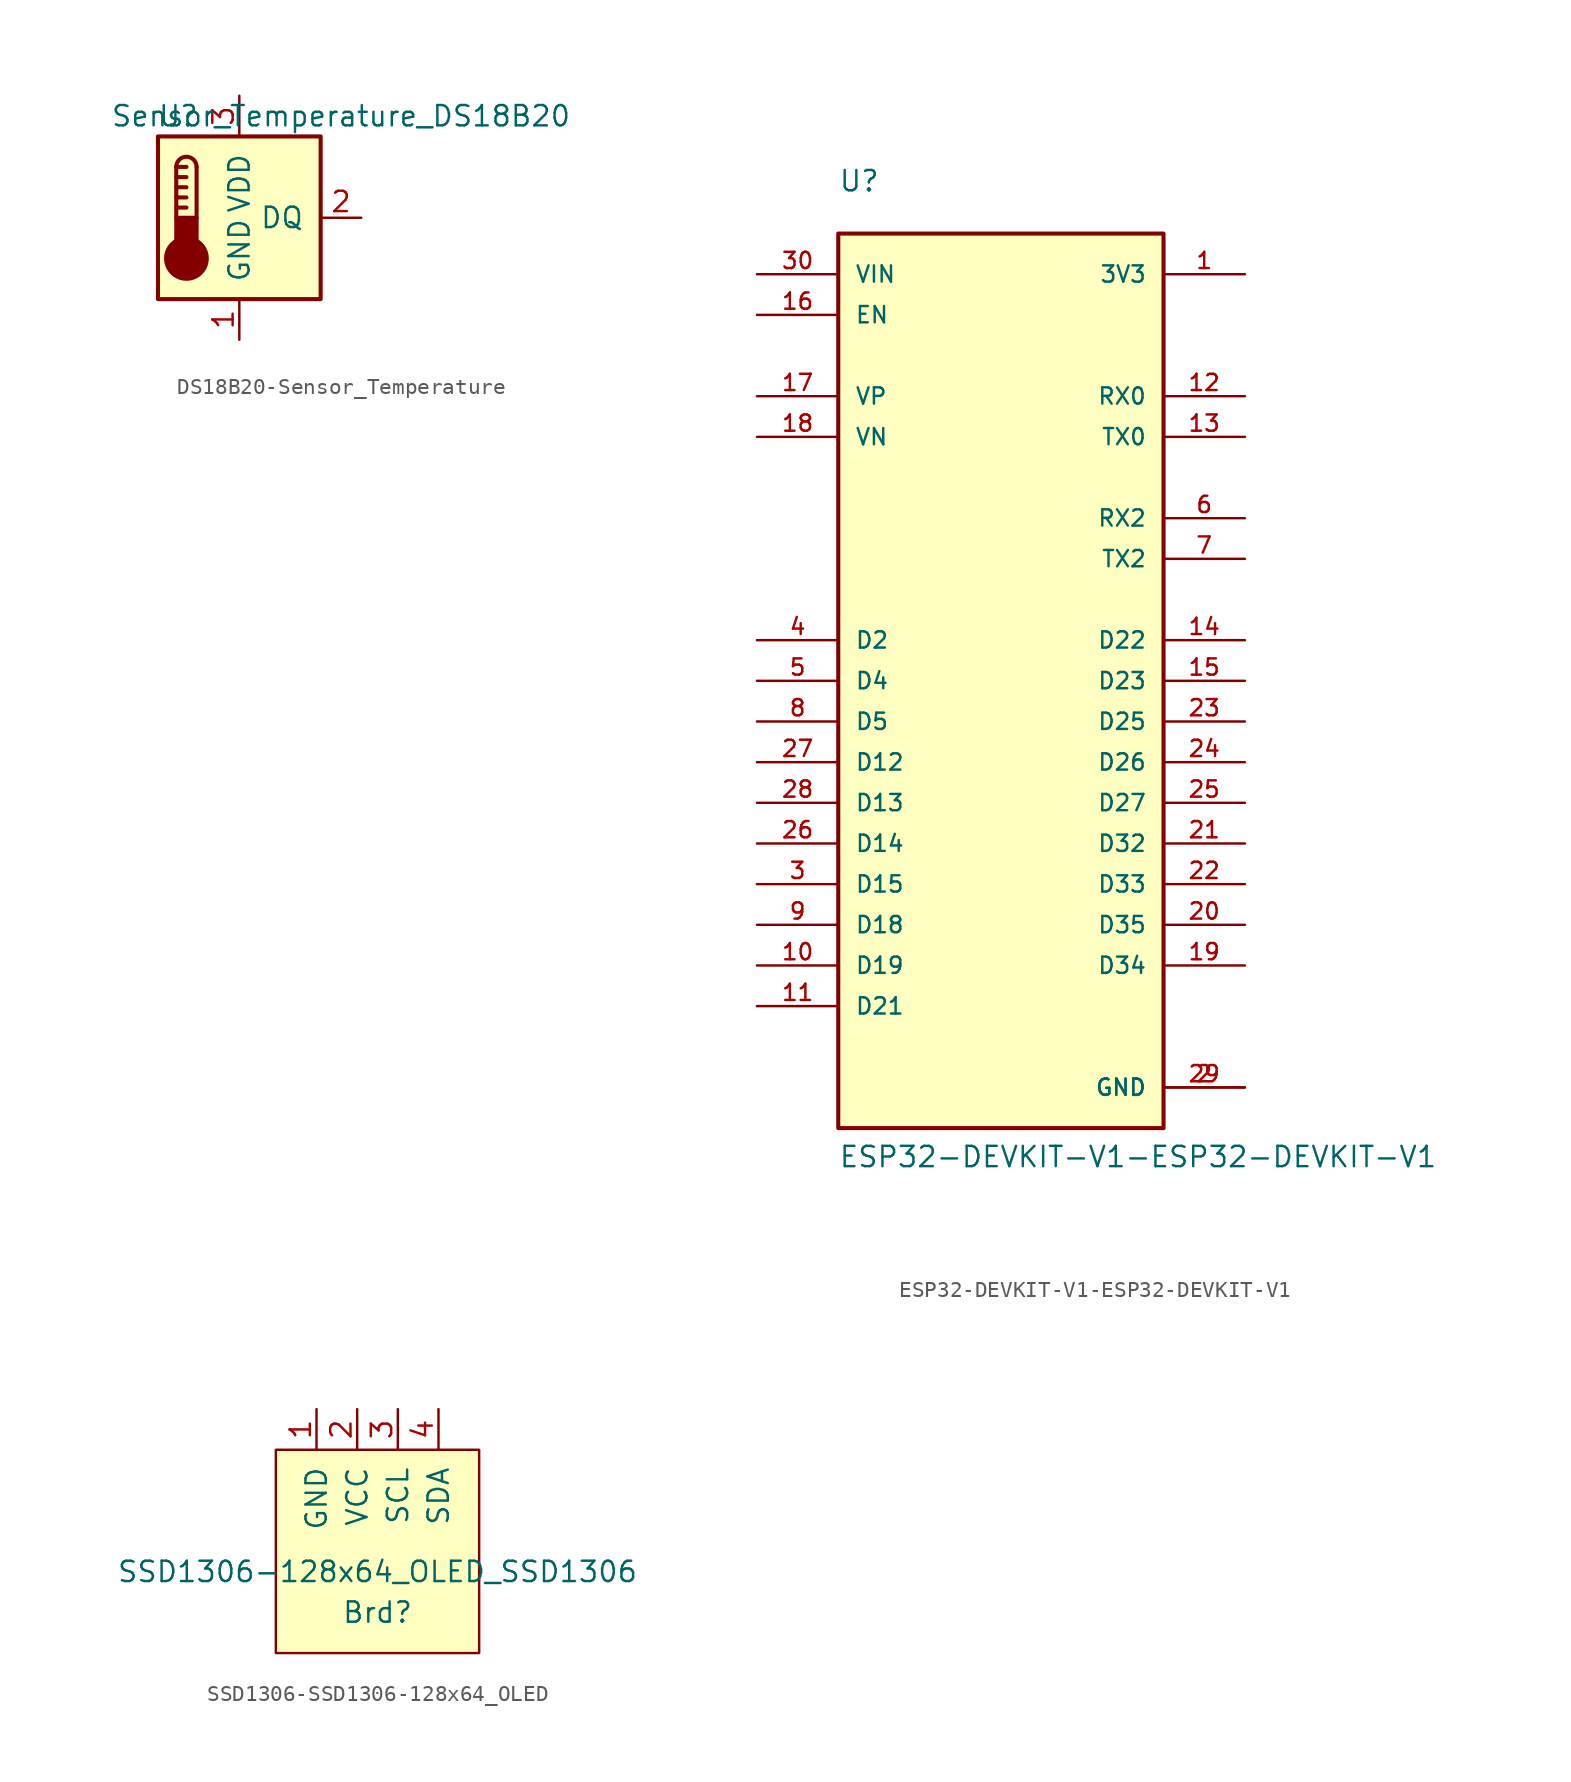
<source format=kicad_sym>
(kicad_symbol_lib
  (version 20241209)
  (generator "kicad_symbol_editor")
  (generator_version "9.0")
  (symbol "DS18B20-Sensor_Temperature"
    (pin_names
      (offset 1.016))
    (property "Reference" "U"
      (at -3.81 6.35 0)
      (effects (font (size 1.27 1.27))))
    (property "Value" "Sensor_Temperature_DS18B20"
      (at 6.35 6.35 0)
      (effects (font (size 1.27 1.27))))
    (symbol "DS18B20-Sensor_Temperature_0_1"
      (rectangle (start -5.08 5.08) (end 5.08 -5.08) (stroke (width 0.254) (type solid)) (fill (type background)))
      (polyline (pts (xy -3.937 3.175) (xy -3.937 0)) (stroke (width 0.254) (type solid)) (fill (type none)))
      (polyline (pts (xy -3.937 3.175) (xy -3.302 3.175)) (stroke (width 0.254) (type solid)) (fill (type none)))
      (polyline (pts (xy -3.937 2.54) (xy -3.302 2.54)) (stroke (width 0.254) (type solid)) (fill (type none)))
      (polyline (pts (xy -3.937 1.905) (xy -3.302 1.905)) (stroke (width 0.254) (type solid)) (fill (type none)))
      (polyline (pts (xy -3.937 1.27) (xy -3.302 1.27)) (stroke (width 0.254) (type solid)) (fill (type none)))
      (polyline (pts (xy -3.937 0.635) (xy -3.302 0.635)) (stroke (width 0.254) (type solid)) (fill (type none)))
      (arc (start -3.937 3.175) (mid -3.302 3.81) (end -2.667 3.175) (stroke (width 0.254) (type solid)) (fill (type none)))
      (circle (center -3.302 -2.54) (radius 1.27) (stroke (width 0.254) (type solid)) (fill (type outline)))
      (polyline (pts (xy -2.667 3.175) (xy -2.667 0)) (stroke (width 0.254) (type solid)) (fill (type none)))
      (rectangle (start -2.667 -1.905) (end -3.937 0) (stroke (width 0.254) (type solid)) (fill (type outline))))
    (symbol "DS18B20-Sensor_Temperature_1_1"
      (pin power_in line (at 0 7.62 270) (length 2.54) (name "VDD" (effects (font (size 1.27 1.27)))) (number "3" (effects (font (size 1.27 1.27)))))
      (pin power_in line (at 0 -7.62 90) (length 2.54) (name "GND" (effects (font (size 1.27 1.27)))) (number "1" (effects (font (size 1.27 1.27)))))
      (pin bidirectional line (at 7.62 0 180) (length 2.54) (name "DQ" (effects (font (size 1.27 1.27)))) (number "2" (effects (font (size 1.27 1.27)))))))
  (symbol "ESP32-DEVKIT-V1-ESP32-DEVKIT-V1"
    (pin_names
      (offset 1.016))
    (property "Reference" "U"
      (at -10.16 30.48 0)
      (effects (font (size 1.27 1.27)) (justify left bottom)))
    (property "Value" "ESP32-DEVKIT-V1-ESP32-DEVKIT-V1"
      (at -10.16 -30.48 0)
      (effects (font (size 1.27 1.27)) (justify left bottom)))
    (property "ki_locked" ""
      (at 0 0 0)
      (effects (font (size 1.27 1.27))))
    (symbol "ESP32-DEVKIT-V1-ESP32-DEVKIT-V1_0_0"
      (rectangle (start -10.16 -27.94) (end 10.16 27.94) (stroke (width 0.254) (type solid)) (fill (type background)))
      (pin input line (at -15.24 25.4 0) (length 5.08) (name "VIN" (effects (font (size 1.016 1.016)))) (number "30" (effects (font (size 1.016 1.016)))))
      (pin input line (at -15.24 22.86 0) (length 5.08) (name "EN" (effects (font (size 1.016 1.016)))) (number "16" (effects (font (size 1.016 1.016)))))
      (pin bidirectional line (at -15.24 17.78 0) (length 5.08) (name "VP" (effects (font (size 1.016 1.016)))) (number "17" (effects (font (size 1.016 1.016)))))
      (pin bidirectional line (at -15.24 15.24 0) (length 5.08) (name "VN" (effects (font (size 1.016 1.016)))) (number "18" (effects (font (size 1.016 1.016)))))
      (pin bidirectional line (at -15.24 2.54 0) (length 5.08) (name "D2" (effects (font (size 1.016 1.016)))) (number "4" (effects (font (size 1.016 1.016)))))
      (pin bidirectional line (at -15.24 0 0) (length 5.08) (name "D4" (effects (font (size 1.016 1.016)))) (number "5" (effects (font (size 1.016 1.016)))))
      (pin bidirectional line (at -15.24 -2.54 0) (length 5.08) (name "D5" (effects (font (size 1.016 1.016)))) (number "8" (effects (font (size 1.016 1.016)))))
      (pin bidirectional line (at -15.24 -5.08 0) (length 5.08) (name "D12" (effects (font (size 1.016 1.016)))) (number "27" (effects (font (size 1.016 1.016)))))
      (pin bidirectional line (at -15.24 -7.62 0) (length 5.08) (name "D13" (effects (font (size 1.016 1.016)))) (number "28" (effects (font (size 1.016 1.016)))))
      (pin bidirectional line (at -15.24 -10.16 0) (length 5.08) (name "D14" (effects (font (size 1.016 1.016)))) (number "26" (effects (font (size 1.016 1.016)))))
      (pin bidirectional line (at -15.24 -12.7 0) (length 5.08) (name "D15" (effects (font (size 1.016 1.016)))) (number "3" (effects (font (size 1.016 1.016)))))
      (pin bidirectional line (at -15.24 -15.24 0) (length 5.08) (name "D18" (effects (font (size 1.016 1.016)))) (number "9" (effects (font (size 1.016 1.016)))))
      (pin bidirectional line (at -15.24 -17.78 0) (length 5.08) (name "D19" (effects (font (size 1.016 1.016)))) (number "10" (effects (font (size 1.016 1.016)))))
      (pin bidirectional line (at -15.24 -20.32 0) (length 5.08) (name "D21" (effects (font (size 1.016 1.016)))) (number "11" (effects (font (size 1.016 1.016)))))
      (pin output line (at 15.24 25.4 180) (length 5.08) (name "3V3" (effects (font (size 1.016 1.016)))) (number "1" (effects (font (size 1.016 1.016)))))
      (pin input line (at 15.24 17.78 180) (length 5.08) (name "RX0" (effects (font (size 1.016 1.016)))) (number "12" (effects (font (size 1.016 1.016)))))
      (pin output line (at 15.24 15.24 180) (length 5.08) (name "TX0" (effects (font (size 1.016 1.016)))) (number "13" (effects (font (size 1.016 1.016)))))
      (pin input line (at 15.24 10.16 180) (length 5.08) (name "RX2" (effects (font (size 1.016 1.016)))) (number "6" (effects (font (size 1.016 1.016)))))
      (pin output line (at 15.24 7.62 180) (length 5.08) (name "TX2" (effects (font (size 1.016 1.016)))) (number "7" (effects (font (size 1.016 1.016)))))
      (pin bidirectional line (at 15.24 2.54 180) (length 5.08) (name "D22" (effects (font (size 1.016 1.016)))) (number "14" (effects (font (size 1.016 1.016)))))
      (pin bidirectional line (at 15.24 0 180) (length 5.08) (name "D23" (effects (font (size 1.016 1.016)))) (number "15" (effects (font (size 1.016 1.016)))))
      (pin bidirectional line (at 15.24 -2.54 180) (length 5.08) (name "D25" (effects (font (size 1.016 1.016)))) (number "23" (effects (font (size 1.016 1.016)))))
      (pin bidirectional line (at 15.24 -5.08 180) (length 5.08) (name "D26" (effects (font (size 1.016 1.016)))) (number "24" (effects (font (size 1.016 1.016)))))
      (pin bidirectional line (at 15.24 -7.62 180) (length 5.08) (name "D27" (effects (font (size 1.016 1.016)))) (number "25" (effects (font (size 1.016 1.016)))))
      (pin bidirectional line (at 15.24 -10.16 180) (length 5.08) (name "D32" (effects (font (size 1.016 1.016)))) (number "21" (effects (font (size 1.016 1.016)))))
      (pin bidirectional line (at 15.24 -12.7 180) (length 5.08) (name "D33" (effects (font (size 1.016 1.016)))) (number "22" (effects (font (size 1.016 1.016)))))
      (pin bidirectional line (at 15.24 -15.24 180) (length 5.08) (name "D35" (effects (font (size 1.016 1.016)))) (number "20" (effects (font (size 1.016 1.016)))))
      (pin bidirectional line (at 15.24 -17.78 180) (length 5.08) (name "D34" (effects (font (size 1.016 1.016)))) (number "19" (effects (font (size 1.016 1.016)))))
      (pin power_in line (at 15.24 -25.4 180) (length 5.08) (name "GND" (effects (font (size 1.016 1.016)))) (number "2" (effects (font (size 1.016 1.016)))))
      (pin power_in line (at 15.24 -25.4 180) (length 5.08) (name "GND" (effects (font (size 1.016 1.016)))) (number "29" (effects (font (size 1.016 1.016)))))))
  (symbol "SSD1306-SSD1306-128x64_OLED"
    (pin_names
      (offset 1.016))
    (property "Reference" "Brd"
      (at 0 -3.81 0)
      (effects (font (size 1.27 1.27))))
    (property "Value" "SSD1306-128x64_OLED_SSD1306"
      (at 0 -1.27 0)
      (effects (font (size 1.27 1.27))))
    (symbol "SSD1306-SSD1306-128x64_OLED_0_1"
      (rectangle (start -6.35 6.35) (end 6.35 -6.35) (stroke (width 0) (type solid)) (fill (type background))))
    (symbol "SSD1306-SSD1306-128x64_OLED_1_1"
      (pin input line (at -3.81 8.89 270) (length 2.54) (name "GND" (effects (font (size 1.27 1.27)))) (number "1" (effects (font (size 1.27 1.27)))))
      (pin input line (at -1.27 8.89 270) (length 2.54) (name "VCC" (effects (font (size 1.27 1.27)))) (number "2" (effects (font (size 1.27 1.27)))))
      (pin input line (at 1.27 8.89 270) (length 2.54) (name "SCL" (effects (font (size 1.27 1.27)))) (number "3" (effects (font (size 1.27 1.27)))))
      (pin input line (at 3.81 8.89 270) (length 2.54) (name "SDA" (effects (font (size 1.27 1.27)))) (number "4" (effects (font (size 1.27 1.27))))))))
</source>
